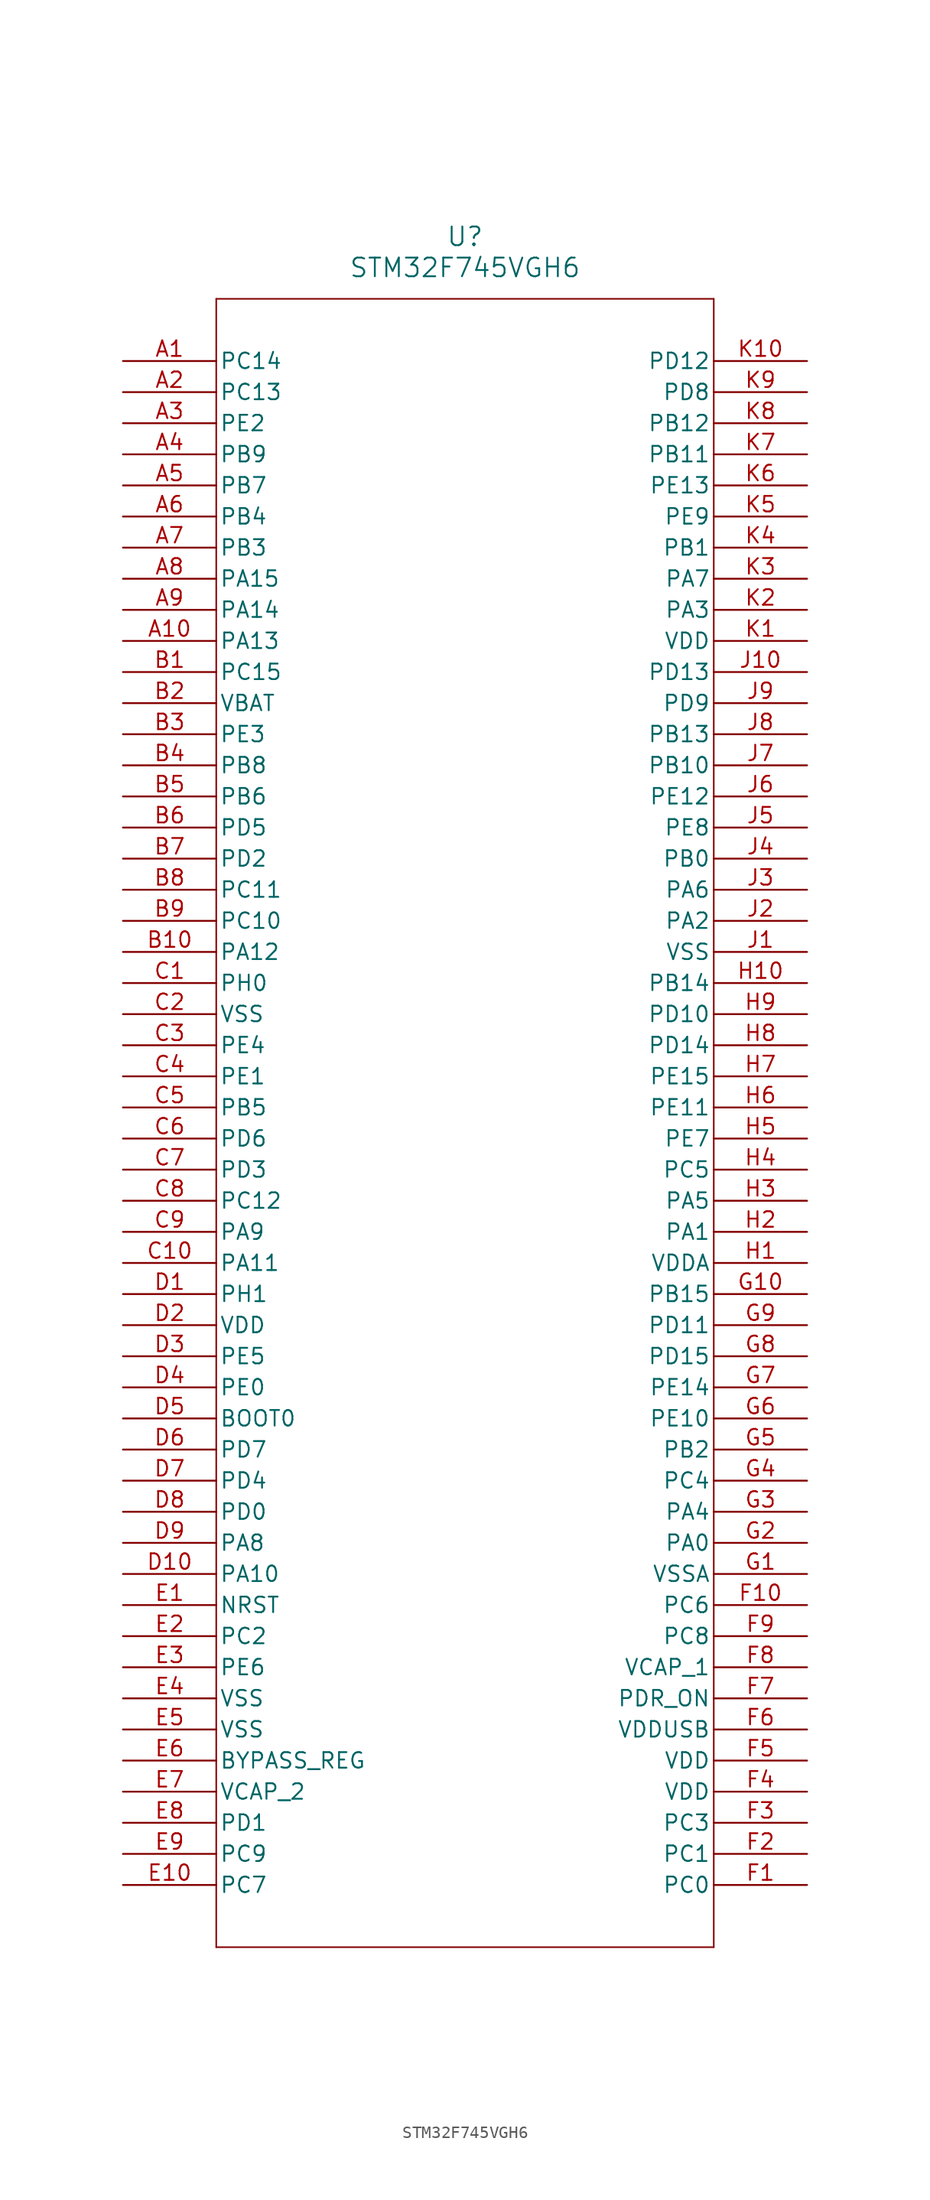
<source format=kicad_sym>
(kicad_symbol_lib
  (version 20211014)
  (generator kicad_symbol_editor)
  (symbol "STM32F745VGH6"
    (pin_names
      (offset 0.254))
    (property "Reference" "U"
      (at 27.94 10.16 0)
      (effects (font (size 1.524 1.524))))
    (property "Value" "STM32F745VGH6"
      (at 27.94 7.62 0)
      (effects (font (size 1.524 1.524))))
    (symbol "STM32F745VGH6_0_1"
      (polyline (pts (xy 7.62 5.08) (xy 7.62 -129.54)) (stroke (width 0.127) (type default) (color 0 0 0 0)) (fill (type none)))
      (polyline (pts (xy 7.62 -129.54) (xy 48.26 -129.54)) (stroke (width 0.127) (type default) (color 0 0 0 0)) (fill (type none)))
      (polyline (pts (xy 48.26 -129.54) (xy 48.26 5.08)) (stroke (width 0.127) (type default) (color 0 0 0 0)) (fill (type none)))
      (polyline (pts (xy 48.26 5.08) (xy 7.62 5.08)) (stroke (width 0.127) (type default) (color 0 0 0 0)) (fill (type none)))
      (pin bidirectional line (at 0 0 0) (length 7.62) (name "PC14" (effects (font (size 1.27 1.27)))) (number "A1" (effects (font (size 1.27 1.27)))))
      (pin bidirectional line (at 0 -2.54 0) (length 7.62) (name "PC13" (effects (font (size 1.27 1.27)))) (number "A2" (effects (font (size 1.27 1.27)))))
      (pin bidirectional line (at 0 -5.08 0) (length 7.62) (name "PE2" (effects (font (size 1.27 1.27)))) (number "A3" (effects (font (size 1.27 1.27)))))
      (pin bidirectional line (at 0 -7.62 0) (length 7.62) (name "PB9" (effects (font (size 1.27 1.27)))) (number "A4" (effects (font (size 1.27 1.27)))))
      (pin bidirectional line (at 0 -10.16 0) (length 7.62) (name "PB7" (effects (font (size 1.27 1.27)))) (number "A5" (effects (font (size 1.27 1.27)))))
      (pin bidirectional line (at 0 -12.7 0) (length 7.62) (name "PB4" (effects (font (size 1.27 1.27)))) (number "A6" (effects (font (size 1.27 1.27)))))
      (pin bidirectional line (at 0 -15.24 0) (length 7.62) (name "PB3" (effects (font (size 1.27 1.27)))) (number "A7" (effects (font (size 1.27 1.27)))))
      (pin bidirectional line (at 0 -17.78 0) (length 7.62) (name "PA15" (effects (font (size 1.27 1.27)))) (number "A8" (effects (font (size 1.27 1.27)))))
      (pin bidirectional line (at 0 -20.32 0) (length 7.62) (name "PA14" (effects (font (size 1.27 1.27)))) (number "A9" (effects (font (size 1.27 1.27)))))
      (pin bidirectional line (at 0 -22.86 0) (length 7.62) (name "PA13" (effects (font (size 1.27 1.27)))) (number "A10" (effects (font (size 1.27 1.27)))))
      (pin bidirectional line (at 0 -25.4 0) (length 7.62) (name "PC15" (effects (font (size 1.27 1.27)))) (number "B1" (effects (font (size 1.27 1.27)))))
      (pin unspecified line (at 0 -27.94 0) (length 7.62) (name "VBAT" (effects (font (size 1.27 1.27)))) (number "B2" (effects (font (size 1.27 1.27)))))
      (pin bidirectional line (at 0 -30.48 0) (length 7.62) (name "PE3" (effects (font (size 1.27 1.27)))) (number "B3" (effects (font (size 1.27 1.27)))))
      (pin bidirectional line (at 0 -33.02 0) (length 7.62) (name "PB8" (effects (font (size 1.27 1.27)))) (number "B4" (effects (font (size 1.27 1.27)))))
      (pin bidirectional line (at 0 -35.56 0) (length 7.62) (name "PB6" (effects (font (size 1.27 1.27)))) (number "B5" (effects (font (size 1.27 1.27)))))
      (pin bidirectional line (at 0 -38.1 0) (length 7.62) (name "PD5" (effects (font (size 1.27 1.27)))) (number "B6" (effects (font (size 1.27 1.27)))))
      (pin bidirectional line (at 0 -40.64 0) (length 7.62) (name "PD2" (effects (font (size 1.27 1.27)))) (number "B7" (effects (font (size 1.27 1.27)))))
      (pin bidirectional line (at 0 -43.18 0) (length 7.62) (name "PC11" (effects (font (size 1.27 1.27)))) (number "B8" (effects (font (size 1.27 1.27)))))
      (pin bidirectional line (at 0 -45.72 0) (length 7.62) (name "PC10" (effects (font (size 1.27 1.27)))) (number "B9" (effects (font (size 1.27 1.27)))))
      (pin bidirectional line (at 0 -48.26 0) (length 7.62) (name "PA12" (effects (font (size 1.27 1.27)))) (number "B10" (effects (font (size 1.27 1.27)))))
      (pin bidirectional line (at 0 -50.8 0) (length 7.62) (name "PH0" (effects (font (size 1.27 1.27)))) (number "C1" (effects (font (size 1.27 1.27)))))
      (pin power_out line (at 0 -53.34 0) (length 7.62) (name "VSS" (effects (font (size 1.27 1.27)))) (number "C2" (effects (font (size 1.27 1.27)))))
      (pin bidirectional line (at 0 -55.88 0) (length 7.62) (name "PE4" (effects (font (size 1.27 1.27)))) (number "C3" (effects (font (size 1.27 1.27)))))
      (pin bidirectional line (at 0 -58.42 0) (length 7.62) (name "PE1" (effects (font (size 1.27 1.27)))) (number "C4" (effects (font (size 1.27 1.27)))))
      (pin bidirectional line (at 0 -60.96 0) (length 7.62) (name "PB5" (effects (font (size 1.27 1.27)))) (number "C5" (effects (font (size 1.27 1.27)))))
      (pin bidirectional line (at 0 -63.5 0) (length 7.62) (name "PD6" (effects (font (size 1.27 1.27)))) (number "C6" (effects (font (size 1.27 1.27)))))
      (pin bidirectional line (at 0 -66.04 0) (length 7.62) (name "PD3" (effects (font (size 1.27 1.27)))) (number "C7" (effects (font (size 1.27 1.27)))))
      (pin bidirectional line (at 0 -68.58 0) (length 7.62) (name "PC12" (effects (font (size 1.27 1.27)))) (number "C8" (effects (font (size 1.27 1.27)))))
      (pin bidirectional line (at 0 -71.12 0) (length 7.62) (name "PA9" (effects (font (size 1.27 1.27)))) (number "C9" (effects (font (size 1.27 1.27)))))
      (pin bidirectional line (at 0 -73.66 0) (length 7.62) (name "PA11" (effects (font (size 1.27 1.27)))) (number "C10" (effects (font (size 1.27 1.27)))))
      (pin bidirectional line (at 0 -76.2 0) (length 7.62) (name "PH1" (effects (font (size 1.27 1.27)))) (number "D1" (effects (font (size 1.27 1.27)))))
      (pin power_in line (at 0 -78.74 0) (length 7.62) (name "VDD" (effects (font (size 1.27 1.27)))) (number "D2" (effects (font (size 1.27 1.27)))))
      (pin bidirectional line (at 0 -81.28 0) (length 7.62) (name "PE5" (effects (font (size 1.27 1.27)))) (number "D3" (effects (font (size 1.27 1.27)))))
      (pin bidirectional line (at 0 -83.82 0) (length 7.62) (name "PE0" (effects (font (size 1.27 1.27)))) (number "D4" (effects (font (size 1.27 1.27)))))
      (pin unspecified line (at 0 -86.36 0) (length 7.62) (name "BOOT0" (effects (font (size 1.27 1.27)))) (number "D5" (effects (font (size 1.27 1.27)))))
      (pin bidirectional line (at 0 -88.9 0) (length 7.62) (name "PD7" (effects (font (size 1.27 1.27)))) (number "D6" (effects (font (size 1.27 1.27)))))
      (pin bidirectional line (at 0 -91.44 0) (length 7.62) (name "PD4" (effects (font (size 1.27 1.27)))) (number "D7" (effects (font (size 1.27 1.27)))))
      (pin bidirectional line (at 0 -93.98 0) (length 7.62) (name "PD0" (effects (font (size 1.27 1.27)))) (number "D8" (effects (font (size 1.27 1.27)))))
      (pin bidirectional line (at 0 -96.52 0) (length 7.62) (name "PA8" (effects (font (size 1.27 1.27)))) (number "D9" (effects (font (size 1.27 1.27)))))
      (pin bidirectional line (at 0 -99.06 0) (length 7.62) (name "PA10" (effects (font (size 1.27 1.27)))) (number "D10" (effects (font (size 1.27 1.27)))))
      (pin unspecified line (at 0 -101.6 0) (length 7.62) (name "NRST" (effects (font (size 1.27 1.27)))) (number "E1" (effects (font (size 1.27 1.27)))))
      (pin bidirectional line (at 0 -104.14 0) (length 7.62) (name "PC2" (effects (font (size 1.27 1.27)))) (number "E2" (effects (font (size 1.27 1.27)))))
      (pin bidirectional line (at 0 -106.68 0) (length 7.62) (name "PE6" (effects (font (size 1.27 1.27)))) (number "E3" (effects (font (size 1.27 1.27)))))
      (pin power_out line (at 0 -109.22 0) (length 7.62) (name "VSS" (effects (font (size 1.27 1.27)))) (number "E4" (effects (font (size 1.27 1.27)))))
      (pin power_out line (at 0 -111.76 0) (length 7.62) (name "VSS" (effects (font (size 1.27 1.27)))) (number "E5" (effects (font (size 1.27 1.27)))))
      (pin unspecified line (at 0 -114.3 0) (length 7.62) (name "BYPASS_REG" (effects (font (size 1.27 1.27)))) (number "E6" (effects (font (size 1.27 1.27)))))
      (pin bidirectional line (at 0 -116.84 0) (length 7.62) (name "VCAP_2" (effects (font (size 1.27 1.27)))) (number "E7" (effects (font (size 1.27 1.27)))))
      (pin bidirectional line (at 0 -119.38 0) (length 7.62) (name "PD1" (effects (font (size 1.27 1.27)))) (number "E8" (effects (font (size 1.27 1.27)))))
      (pin bidirectional line (at 0 -121.92 0) (length 7.62) (name "PC9" (effects (font (size 1.27 1.27)))) (number "E9" (effects (font (size 1.27 1.27)))))
      (pin bidirectional line (at 0 -124.46 0) (length 7.62) (name "PC7" (effects (font (size 1.27 1.27)))) (number "E10" (effects (font (size 1.27 1.27)))))
      (pin bidirectional line (at 55.88 -124.46 180) (length 7.62) (name "PC0" (effects (font (size 1.27 1.27)))) (number "F1" (effects (font (size 1.27 1.27)))))
      (pin bidirectional line (at 55.88 -121.92 180) (length 7.62) (name "PC1" (effects (font (size 1.27 1.27)))) (number "F2" (effects (font (size 1.27 1.27)))))
      (pin bidirectional line (at 55.88 -119.38 180) (length 7.62) (name "PC3" (effects (font (size 1.27 1.27)))) (number "F3" (effects (font (size 1.27 1.27)))))
      (pin power_in line (at 55.88 -116.84 180) (length 7.62) (name "VDD" (effects (font (size 1.27 1.27)))) (number "F4" (effects (font (size 1.27 1.27)))))
      (pin power_in line (at 55.88 -114.3 180) (length 7.62) (name "VDD" (effects (font (size 1.27 1.27)))) (number "F5" (effects (font (size 1.27 1.27)))))
      (pin power_in line (at 55.88 -111.76 180) (length 7.62) (name "VDDUSB" (effects (font (size 1.27 1.27)))) (number "F6" (effects (font (size 1.27 1.27)))))
      (pin unspecified line (at 55.88 -109.22 180) (length 7.62) (name "PDR_ON" (effects (font (size 1.27 1.27)))) (number "F7" (effects (font (size 1.27 1.27)))))
      (pin bidirectional line (at 55.88 -106.68 180) (length 7.62) (name "VCAP_1" (effects (font (size 1.27 1.27)))) (number "F8" (effects (font (size 1.27 1.27)))))
      (pin bidirectional line (at 55.88 -104.14 180) (length 7.62) (name "PC8" (effects (font (size 1.27 1.27)))) (number "F9" (effects (font (size 1.27 1.27)))))
      (pin bidirectional line (at 55.88 -101.6 180) (length 7.62) (name "PC6" (effects (font (size 1.27 1.27)))) (number "F10" (effects (font (size 1.27 1.27)))))
      (pin power_out line (at 55.88 -99.06 180) (length 7.62) (name "VSSA" (effects (font (size 1.27 1.27)))) (number "G1" (effects (font (size 1.27 1.27)))))
      (pin bidirectional line (at 55.88 -96.52 180) (length 7.62) (name "PA0" (effects (font (size 1.27 1.27)))) (number "G2" (effects (font (size 1.27 1.27)))))
      (pin bidirectional line (at 55.88 -93.98 180) (length 7.62) (name "PA4" (effects (font (size 1.27 1.27)))) (number "G3" (effects (font (size 1.27 1.27)))))
      (pin bidirectional line (at 55.88 -91.44 180) (length 7.62) (name "PC4" (effects (font (size 1.27 1.27)))) (number "G4" (effects (font (size 1.27 1.27)))))
      (pin bidirectional line (at 55.88 -88.9 180) (length 7.62) (name "PB2" (effects (font (size 1.27 1.27)))) (number "G5" (effects (font (size 1.27 1.27)))))
      (pin bidirectional line (at 55.88 -86.36 180) (length 7.62) (name "PE10" (effects (font (size 1.27 1.27)))) (number "G6" (effects (font (size 1.27 1.27)))))
      (pin bidirectional line (at 55.88 -83.82 180) (length 7.62) (name "PE14" (effects (font (size 1.27 1.27)))) (number "G7" (effects (font (size 1.27 1.27)))))
      (pin bidirectional line (at 55.88 -81.28 180) (length 7.62) (name "PD15" (effects (font (size 1.27 1.27)))) (number "G8" (effects (font (size 1.27 1.27)))))
      (pin bidirectional line (at 55.88 -78.74 180) (length 7.62) (name "PD11" (effects (font (size 1.27 1.27)))) (number "G9" (effects (font (size 1.27 1.27)))))
      (pin bidirectional line (at 55.88 -76.2 180) (length 7.62) (name "PB15" (effects (font (size 1.27 1.27)))) (number "G10" (effects (font (size 1.27 1.27)))))
      (pin power_in line (at 55.88 -73.66 180) (length 7.62) (name "VDDA" (effects (font (size 1.27 1.27)))) (number "H1" (effects (font (size 1.27 1.27)))))
      (pin bidirectional line (at 55.88 -71.12 180) (length 7.62) (name "PA1" (effects (font (size 1.27 1.27)))) (number "H2" (effects (font (size 1.27 1.27)))))
      (pin bidirectional line (at 55.88 -68.58 180) (length 7.62) (name "PA5" (effects (font (size 1.27 1.27)))) (number "H3" (effects (font (size 1.27 1.27)))))
      (pin bidirectional line (at 55.88 -66.04 180) (length 7.62) (name "PC5" (effects (font (size 1.27 1.27)))) (number "H4" (effects (font (size 1.27 1.27)))))
      (pin bidirectional line (at 55.88 -63.5 180) (length 7.62) (name "PE7" (effects (font (size 1.27 1.27)))) (number "H5" (effects (font (size 1.27 1.27)))))
      (pin bidirectional line (at 55.88 -60.96 180) (length 7.62) (name "PE11" (effects (font (size 1.27 1.27)))) (number "H6" (effects (font (size 1.27 1.27)))))
      (pin bidirectional line (at 55.88 -58.42 180) (length 7.62) (name "PE15" (effects (font (size 1.27 1.27)))) (number "H7" (effects (font (size 1.27 1.27)))))
      (pin bidirectional line (at 55.88 -55.88 180) (length 7.62) (name "PD14" (effects (font (size 1.27 1.27)))) (number "H8" (effects (font (size 1.27 1.27)))))
      (pin bidirectional line (at 55.88 -53.34 180) (length 7.62) (name "PD10" (effects (font (size 1.27 1.27)))) (number "H9" (effects (font (size 1.27 1.27)))))
      (pin bidirectional line (at 55.88 -50.8 180) (length 7.62) (name "PB14" (effects (font (size 1.27 1.27)))) (number "H10" (effects (font (size 1.27 1.27)))))
      (pin power_out line (at 55.88 -48.26 180) (length 7.62) (name "VSS" (effects (font (size 1.27 1.27)))) (number "J1" (effects (font (size 1.27 1.27)))))
      (pin bidirectional line (at 55.88 -45.72 180) (length 7.62) (name "PA2" (effects (font (size 1.27 1.27)))) (number "J2" (effects (font (size 1.27 1.27)))))
      (pin bidirectional line (at 55.88 -43.18 180) (length 7.62) (name "PA6" (effects (font (size 1.27 1.27)))) (number "J3" (effects (font (size 1.27 1.27)))))
      (pin bidirectional line (at 55.88 -40.64 180) (length 7.62) (name "PB0" (effects (font (size 1.27 1.27)))) (number "J4" (effects (font (size 1.27 1.27)))))
      (pin bidirectional line (at 55.88 -38.1 180) (length 7.62) (name "PE8" (effects (font (size 1.27 1.27)))) (number "J5" (effects (font (size 1.27 1.27)))))
      (pin bidirectional line (at 55.88 -35.56 180) (length 7.62) (name "PE12" (effects (font (size 1.27 1.27)))) (number "J6" (effects (font (size 1.27 1.27)))))
      (pin bidirectional line (at 55.88 -33.02 180) (length 7.62) (name "PB10" (effects (font (size 1.27 1.27)))) (number "J7" (effects (font (size 1.27 1.27)))))
      (pin bidirectional line (at 55.88 -30.48 180) (length 7.62) (name "PB13" (effects (font (size 1.27 1.27)))) (number "J8" (effects (font (size 1.27 1.27)))))
      (pin bidirectional line (at 55.88 -27.94 180) (length 7.62) (name "PD9" (effects (font (size 1.27 1.27)))) (number "J9" (effects (font (size 1.27 1.27)))))
      (pin bidirectional line (at 55.88 -25.4 180) (length 7.62) (name "PD13" (effects (font (size 1.27 1.27)))) (number "J10" (effects (font (size 1.27 1.27)))))
      (pin power_in line (at 55.88 -22.86 180) (length 7.62) (name "VDD" (effects (font (size 1.27 1.27)))) (number "K1" (effects (font (size 1.27 1.27)))))
      (pin bidirectional line (at 55.88 -20.32 180) (length 7.62) (name "PA3" (effects (font (size 1.27 1.27)))) (number "K2" (effects (font (size 1.27 1.27)))))
      (pin bidirectional line (at 55.88 -17.78 180) (length 7.62) (name "PA7" (effects (font (size 1.27 1.27)))) (number "K3" (effects (font (size 1.27 1.27)))))
      (pin bidirectional line (at 55.88 -15.24 180) (length 7.62) (name "PB1" (effects (font (size 1.27 1.27)))) (number "K4" (effects (font (size 1.27 1.27)))))
      (pin bidirectional line (at 55.88 -12.7 180) (length 7.62) (name "PE9" (effects (font (size 1.27 1.27)))) (number "K5" (effects (font (size 1.27 1.27)))))
      (pin bidirectional line (at 55.88 -10.16 180) (length 7.62) (name "PE13" (effects (font (size 1.27 1.27)))) (number "K6" (effects (font (size 1.27 1.27)))))
      (pin bidirectional line (at 55.88 -7.62 180) (length 7.62) (name "PB11" (effects (font (size 1.27 1.27)))) (number "K7" (effects (font (size 1.27 1.27)))))
      (pin bidirectional line (at 55.88 -5.08 180) (length 7.62) (name "PB12" (effects (font (size 1.27 1.27)))) (number "K8" (effects (font (size 1.27 1.27)))))
      (pin bidirectional line (at 55.88 -2.54 180) (length 7.62) (name "PD8" (effects (font (size 1.27 1.27)))) (number "K9" (effects (font (size 1.27 1.27)))))
      (pin bidirectional line (at 55.88 0 180) (length 7.62) (name "PD12" (effects (font (size 1.27 1.27)))) (number "K10" (effects (font (size 1.27 1.27))))))))
</source>
